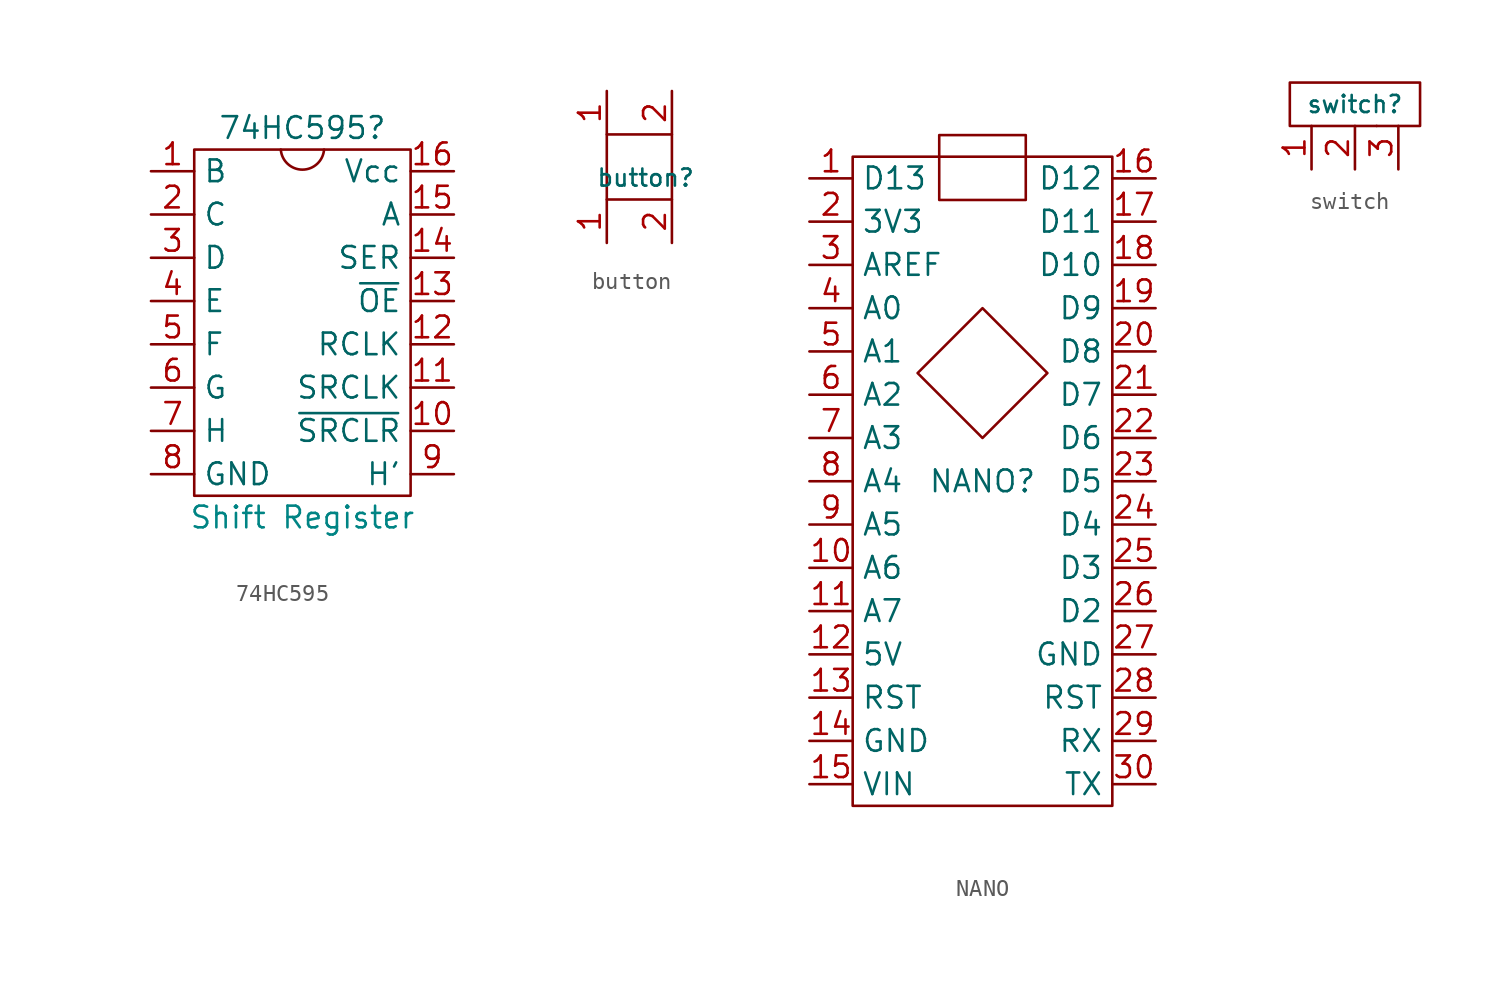
<source format=kicad_sym>
(kicad_symbol_lib
  (version 20220914)
  (generator kicad_symbol_editor)
  (symbol "74HC595"
    (property "Reference" "74HC595"
      (at 0 11.43 0)
      (effects (font (size 1.27 1.27))))
    (property "Value" ""
      (at -11.43 -6.35 0)
      (effects (font (size 1.27 1.27))))
    (symbol "74HC595_0_1"
      (rectangle (start -6.35 10.16) (end 6.35 -10.16) (stroke (width 0) (type default)) (fill (type none)))
      (arc (start -1.27 10.16) (mid 0 8.9821) (end 1.27 10.16) (stroke (width 0) (type default)) (fill (type none))))
    (symbol "74HC595_1_1"
      (text "Shift Register" (at 0 -11.43 0) (effects (font (size 1.27 1.27) (color 0 132 132 1))))
      (pin input line (at -8.89 8.89 0) (length 2.54) (name "B" (effects (font (size 1.27 1.27)))) (number "1" (effects (font (size 1.27 1.27)))))
      (pin input line (at 8.89 -6.35 180) (length 2.54) (name "~{SRCLR}" (effects (font (size 1.27 1.27)))) (number "10" (effects (font (size 1.27 1.27)))))
      (pin input line (at 8.89 -3.81 180) (length 2.54) (name "SRCLK" (effects (font (size 1.27 1.27)))) (number "11" (effects (font (size 1.27 1.27)))))
      (pin input line (at 8.89 -1.27 180) (length 2.54) (name "RCLK" (effects (font (size 1.27 1.27)))) (number "12" (effects (font (size 1.27 1.27)))))
      (pin input line (at 8.89 1.27 180) (length 2.54) (name "~{OE}" (effects (font (size 1.27 1.27)))) (number "13" (effects (font (size 1.27 1.27)))))
      (pin input line (at 8.89 3.81 180) (length 2.54) (name "SER" (effects (font (size 1.27 1.27)))) (number "14" (effects (font (size 1.27 1.27)))))
      (pin input line (at 8.89 6.35 180) (length 2.54) (name "A" (effects (font (size 1.27 1.27)))) (number "15" (effects (font (size 1.27 1.27)))))
      (pin input line (at 8.89 8.89 180) (length 2.54) (name "Vcc" (effects (font (size 1.27 1.27)))) (number "16" (effects (font (size 1.27 1.27)))))
      (pin input line (at -8.89 6.35 0) (length 2.54) (name "C" (effects (font (size 1.27 1.27)))) (number "2" (effects (font (size 1.27 1.27)))))
      (pin input line (at -8.89 3.81 0) (length 2.54) (name "D" (effects (font (size 1.27 1.27)))) (number "3" (effects (font (size 1.27 1.27)))))
      (pin input line (at -8.89 1.27 0) (length 2.54) (name "E" (effects (font (size 1.27 1.27)))) (number "4" (effects (font (size 1.27 1.27)))))
      (pin input line (at -8.89 -1.27 0) (length 2.54) (name "F" (effects (font (size 1.27 1.27)))) (number "5" (effects (font (size 1.27 1.27)))))
      (pin input line (at -8.89 -3.81 0) (length 2.54) (name "G" (effects (font (size 1.27 1.27)))) (number "6" (effects (font (size 1.27 1.27)))))
      (pin input line (at -8.89 -6.35 0) (length 2.54) (name "H" (effects (font (size 1.27 1.27)))) (number "7" (effects (font (size 1.27 1.27)))))
      (pin input line (at -8.89 -8.89 0) (length 2.54) (name "GND" (effects (font (size 1.27 1.27)))) (number "8" (effects (font (size 1.27 1.27)))))
      (pin input line (at 8.89 -8.89 180) (length 2.54) (name "H'" (effects (font (size 1.27 1.27)))) (number "9" (effects (font (size 1.27 1.27)))))))
  (symbol "button"
    (property "Reference" "button"
      (at 1 0 0)
      (effects (font (size 1 1))))
    (property "Value" ""
      (at 1.27 2.54 0)
      (effects (font (size 1.27 1.27))))
    (symbol "button_0_1"
      (rectangle (start -1.27 2.54) (end 2.54 -1.27) (stroke (width 0) (type default)) (fill (type none))))
    (symbol "button_1_1"
      (pin input line (at -1.27 -3.81 90) (length 2.54) (name "" (effects (font (size 1.27 1.27)))) (number "1" (effects (font (size 1.27 1.27)))))
      (pin input line (at -1.27 5.08 270) (length 2.54) (name "" (effects (font (size 1.27 1.27)))) (number "1" (effects (font (size 1.27 1.27)))))
      (pin input line (at 2.54 -3.81 90) (length 2.54) (name "" (effects (font (size 1.27 1.27)))) (number "2" (effects (font (size 1.27 1.27)))))
      (pin input line (at 2.54 5.08 270) (length 2.54) (name "" (effects (font (size 1.27 1.27)))) (number "2" (effects (font (size 1.27 1.27)))))))
  (symbol "NANO"
    (property "Reference" "NANO"
      (at 0 0 0)
      (effects (font (size 1.27 1.27))))
    (property "Value" ""
      (at -6.35 13.97 0)
      (effects (font (size 1.27 1.27))))
    (symbol "NANO_0_1"
      (rectangle (start -7.62 19.05) (end 7.62 -19.05) (stroke (width 0) (type default)) (fill (type none)))
      (rectangle (start -2.54 20.32) (end 2.54 16.51) (stroke (width 0) (type default)) (fill (type none)))
      (polyline (pts (xy 0 10.16) (xy 3.81 6.35) (xy 0 2.54) (xy -3.81 6.35) (xy 0 10.16)) (stroke (width 0) (type default)) (fill (type none))))
    (symbol "NANO_1_1"
      (pin input line (at -10.16 17.78 0) (length 2.54) (name "D13" (effects (font (size 1.27 1.27)))) (number "1" (effects (font (size 1.27 1.27)))))
      (pin input line (at -10.16 -5.08 0) (length 2.54) (name "A6" (effects (font (size 1.27 1.27)))) (number "10" (effects (font (size 1.27 1.27)))))
      (pin input line (at -10.16 -7.62 0) (length 2.54) (name "A7" (effects (font (size 1.27 1.27)))) (number "11" (effects (font (size 1.27 1.27)))))
      (pin input line (at -10.16 -10.16 0) (length 2.54) (name "5V" (effects (font (size 1.27 1.27)))) (number "12" (effects (font (size 1.27 1.27)))))
      (pin input line (at -10.16 -12.7 0) (length 2.54) (name "RST" (effects (font (size 1.27 1.27)))) (number "13" (effects (font (size 1.27 1.27)))))
      (pin input line (at -10.16 -15.24 0) (length 2.54) (name "GND" (effects (font (size 1.27 1.27)))) (number "14" (effects (font (size 1.27 1.27)))))
      (pin input line (at -10.16 -17.78 0) (length 2.54) (name "VIN" (effects (font (size 1.27 1.27)))) (number "15" (effects (font (size 1.27 1.27)))))
      (pin input line (at 10.16 17.78 180) (length 2.54) (name "D12" (effects (font (size 1.27 1.27)))) (number "16" (effects (font (size 1.27 1.27)))))
      (pin input line (at 10.16 15.24 180) (length 2.54) (name "D11" (effects (font (size 1.27 1.27)))) (number "17" (effects (font (size 1.27 1.27)))))
      (pin input line (at 10.16 12.7 180) (length 2.54) (name "D10" (effects (font (size 1.27 1.27)))) (number "18" (effects (font (size 1.27 1.27)))))
      (pin input line (at 10.16 10.16 180) (length 2.54) (name "D9" (effects (font (size 1.27 1.27)))) (number "19" (effects (font (size 1.27 1.27)))))
      (pin input line (at -10.16 15.24 0) (length 2.54) (name "3V3" (effects (font (size 1.27 1.27)))) (number "2" (effects (font (size 1.27 1.27)))))
      (pin input line (at 10.16 7.62 180) (length 2.54) (name "D8" (effects (font (size 1.27 1.27)))) (number "20" (effects (font (size 1.27 1.27)))))
      (pin input line (at 10.16 5.08 180) (length 2.54) (name "D7" (effects (font (size 1.27 1.27)))) (number "21" (effects (font (size 1.27 1.27)))))
      (pin input line (at 10.16 2.54 180) (length 2.54) (name "D6" (effects (font (size 1.27 1.27)))) (number "22" (effects (font (size 1.27 1.27)))))
      (pin input line (at 10.16 0 180) (length 2.54) (name "D5" (effects (font (size 1.27 1.27)))) (number "23" (effects (font (size 1.27 1.27)))))
      (pin input line (at 10.16 -2.54 180) (length 2.54) (name "D4" (effects (font (size 1.27 1.27)))) (number "24" (effects (font (size 1.27 1.27)))))
      (pin input line (at 10.16 -5.08 180) (length 2.54) (name "D3" (effects (font (size 1.27 1.27)))) (number "25" (effects (font (size 1.27 1.27)))))
      (pin input line (at 10.16 -7.62 180) (length 2.54) (name "D2" (effects (font (size 1.27 1.27)))) (number "26" (effects (font (size 1.27 1.27)))))
      (pin input line (at 10.16 -10.16 180) (length 2.54) (name "GND" (effects (font (size 1.27 1.27)))) (number "27" (effects (font (size 1.27 1.27)))))
      (pin input line (at 10.16 -12.7 180) (length 2.54) (name "RST" (effects (font (size 1.27 1.27)))) (number "28" (effects (font (size 1.27 1.27)))))
      (pin input line (at 10.16 -15.24 180) (length 2.54) (name "RX" (effects (font (size 1.27 1.27)))) (number "29" (effects (font (size 1.27 1.27)))))
      (pin input line (at -10.16 12.7 0) (length 2.54) (name "AREF" (effects (font (size 1.27 1.27)))) (number "3" (effects (font (size 1.27 1.27)))))
      (pin input line (at 10.16 -17.78 180) (length 2.54) (name "TX" (effects (font (size 1.27 1.27)))) (number "30" (effects (font (size 1.27 1.27)))))
      (pin input line (at -10.16 10.16 0) (length 2.54) (name "A0" (effects (font (size 1.27 1.27)))) (number "4" (effects (font (size 1.27 1.27)))))
      (pin input line (at -10.16 7.62 0) (length 2.54) (name "A1" (effects (font (size 1.27 1.27)))) (number "5" (effects (font (size 1.27 1.27)))))
      (pin input line (at -10.16 5.08 0) (length 2.54) (name "A2" (effects (font (size 1.27 1.27)))) (number "6" (effects (font (size 1.27 1.27)))))
      (pin input line (at -10.16 2.54 0) (length 2.54) (name "A3" (effects (font (size 1.27 1.27)))) (number "7" (effects (font (size 1.27 1.27)))))
      (pin input line (at -10.16 0 0) (length 2.54) (name "A4" (effects (font (size 1.27 1.27)))) (number "8" (effects (font (size 1.27 1.27)))))
      (pin input line (at -10.16 -2.54 0) (length 2.54) (name "A5" (effects (font (size 1.27 1.27)))) (number "9" (effects (font (size 1.27 1.27)))))))
  (symbol "switch"
    (property "Reference" "switch"
      (at 0 1.27 0)
      (effects (font (size 1 1))))
    (property "Value" ""
      (at 1.27 2.54 0)
      (effects (font (size 1.27 1.27))))
    (symbol "switch_0_1"
      (rectangle (start -3.81 2.54) (end 3.81 0) (stroke (width 0) (type default)) (fill (type none)))
      (rectangle (start 1.27 0) (end 1.27 0) (stroke (width 0) (type default)) (fill (type none))))
    (symbol "switch_1_1"
      (pin input line (at -2.54 -2.54 90) (length 2.54) (name "" (effects (font (size 1.27 1.27)))) (number "1" (effects (font (size 1.27 1.27)))))
      (pin input line (at 0 -2.54 90) (length 2.54) (name "" (effects (font (size 1.27 1.27)))) (number "2" (effects (font (size 1.27 1.27)))))
      (pin input line (at 2.54 -2.54 90) (length 2.54) (name "" (effects (font (size 1.27 1.27)))) (number "3" (effects (font (size 1.27 1.27))))))))
</source>
